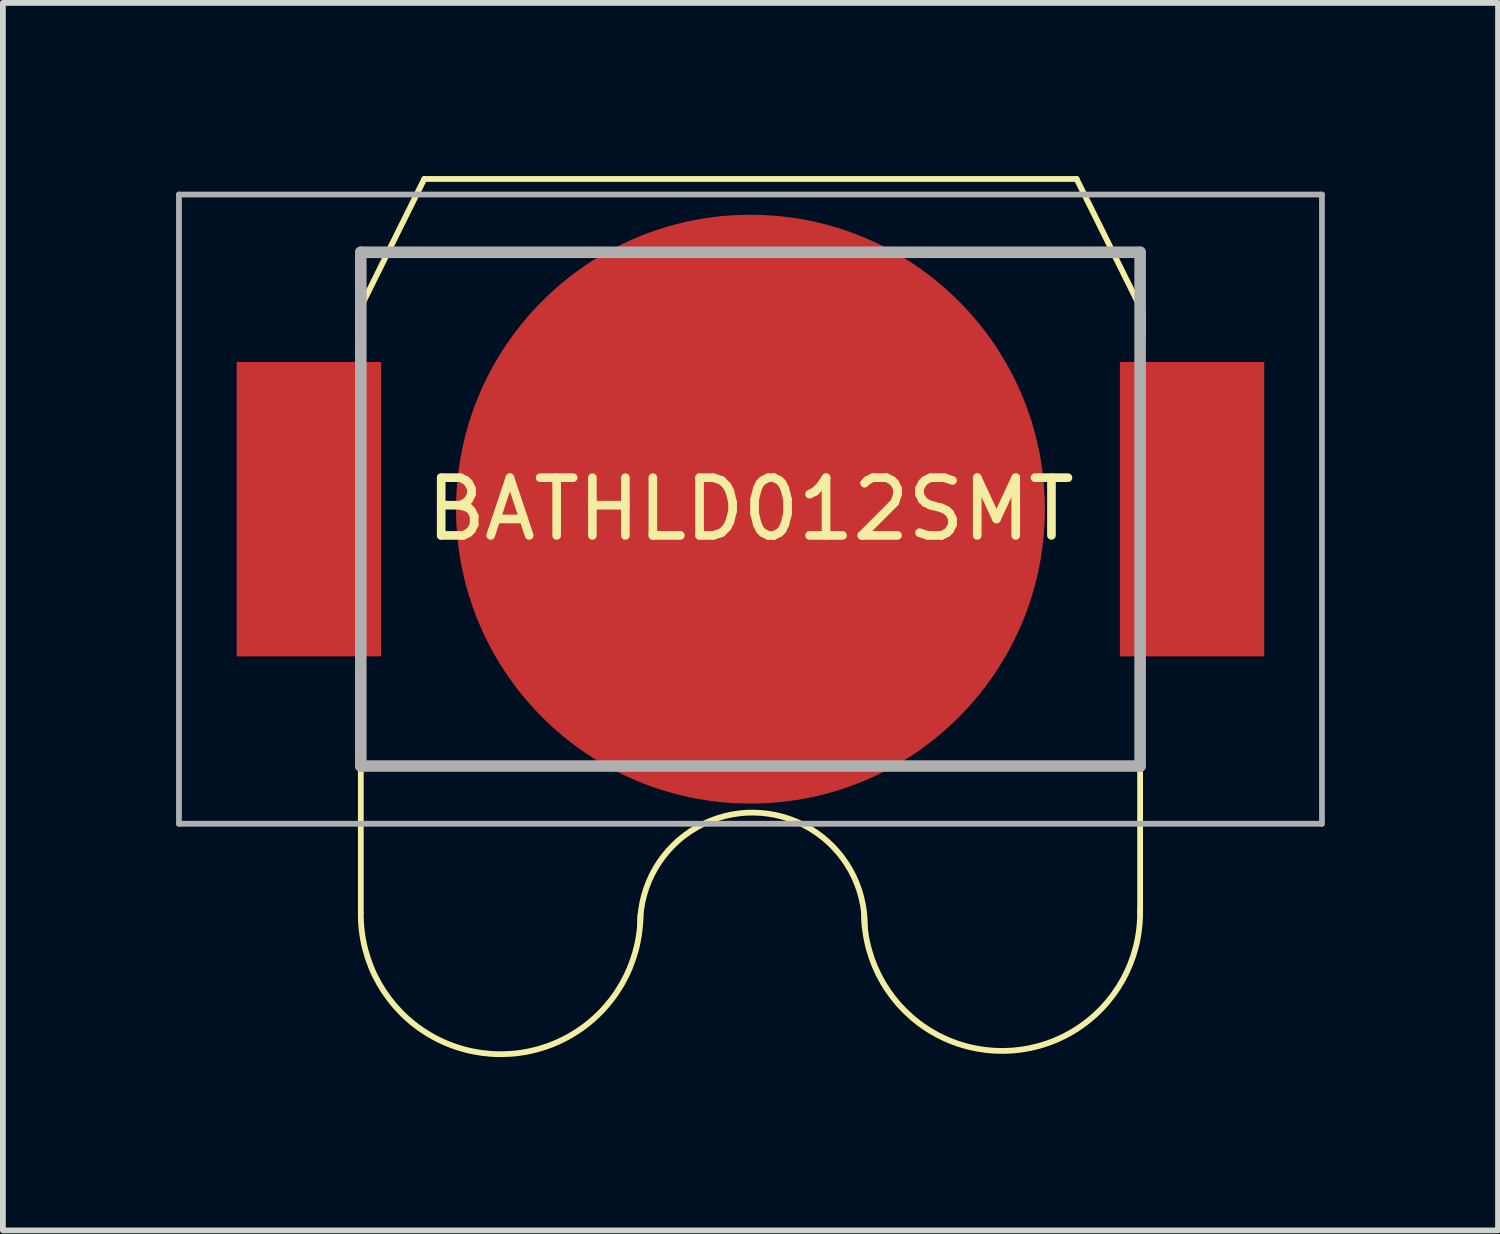
<source format=kicad_pcb>
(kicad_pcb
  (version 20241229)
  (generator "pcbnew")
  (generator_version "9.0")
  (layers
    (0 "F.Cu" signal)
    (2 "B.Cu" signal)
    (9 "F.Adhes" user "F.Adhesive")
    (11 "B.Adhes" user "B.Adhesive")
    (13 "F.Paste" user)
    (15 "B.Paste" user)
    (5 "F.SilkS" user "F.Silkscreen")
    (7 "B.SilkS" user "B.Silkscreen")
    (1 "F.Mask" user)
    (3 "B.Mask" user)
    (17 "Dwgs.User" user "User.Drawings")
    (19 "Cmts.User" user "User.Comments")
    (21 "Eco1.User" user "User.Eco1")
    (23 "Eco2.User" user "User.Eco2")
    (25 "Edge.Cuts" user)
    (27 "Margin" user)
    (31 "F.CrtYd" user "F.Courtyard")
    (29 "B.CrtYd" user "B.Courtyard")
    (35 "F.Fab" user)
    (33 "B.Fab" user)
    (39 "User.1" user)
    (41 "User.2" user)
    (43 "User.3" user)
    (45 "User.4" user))
  (footprint "BATHLD012SMT"
    (layer "F.Cu")
    (at 9.95 5.77)
    (property "Reference" "BATHLD012SMT" (at 0 0 0) (layer "F.SilkS") (effects (font (size 1 1) (thickness 0.15))))
    (attr smd)
    (fp_line (start -6.8 -3.4) (end -5.65 -5.72) (stroke (width 0.1) (type solid)) (layer "F.SilkS"))
    (fp_line (start -6.8 -3) (end -6.8 -3.4) (stroke (width 0.1) (type solid)) (layer "F.SilkS"))
    (fp_line (start -6.75 3) (end -6.75 6.99) (stroke (width 0.1) (type solid)) (layer "F.SilkS"))
    (fp_line (start -5.65 -5.72) (end 5.65 -5.72) (stroke (width 0.1) (type solid)) (layer "F.SilkS"))
    (fp_line (start 5.65 -5.72) (end 6.8 -3.4) (stroke (width 0.1) (type solid)) (layer "F.SilkS"))
    (fp_line (start 6.75 6.99) (end 6.75 3) (stroke (width 0.1) (type solid)) (layer "F.SilkS"))
    (fp_line (start 6.8 -3.4) (end 6.8 -3) (stroke (width 0.1) (type solid)) (layer "F.SilkS"))
    (fp_arc (start -1.911339 7.202499) (mid 0.053639 5.261859) (end 1.97934 7.24148) (stroke (width 0.1) (type solid)) (layer "F.SilkS"))
    (fp_arc (start -1.90509 7.01788) (mid -4.342086 9.443862) (end -6.74954 6.98856) (stroke (width 0.1) (type solid)) (layer "F.SilkS"))
    (fp_arc (start 6.74919 6.951331) (mid 4.383225 9.384568) (end 1.96798 7.00024) (stroke (width 0.1) (type solid)) (layer "F.SilkS"))
    (fp_line (start -9.9 -5.45) (end 9.9 -5.45) (stroke (width 0.1) (type solid)) (layer "F.Fab"))
    (fp_line (start -9.9 5.45) (end -9.9 -5.45) (stroke (width 0.1) (type solid)) (layer "F.Fab"))
    (fp_line (start -6.75 -4.45) (end 6.75 -4.45) (stroke (width 0.2) (type solid)) (layer "F.Fab"))
    (fp_line (start -6.75 4.45) (end -6.75 -4.45) (stroke (width 0.2) (type solid)) (layer "F.Fab"))
    (fp_line (start 6.75 -4.45) (end 6.75 4.45) (stroke (width 0.2) (type solid)) (layer "F.Fab"))
    (fp_line (start 6.75 4.45) (end -6.75 4.45) (stroke (width 0.2) (type solid)) (layer "F.Fab"))
    (fp_line (start 9.9 -5.45) (end 9.9 5.45) (stroke (width 0.1) (type solid)) (layer "F.Fab"))
    (fp_line (start 9.9 5.45) (end -9.9 5.45) (stroke (width 0.1) (type solid)) (layer "F.Fab"))
    (pad "1" smd rect (at -7.65 0 90) (size 5.1 2.5) (layers "F.Cu" "F.Mask" "F.Paste"))
    (pad "2" smd rect (at 7.65 0 90) (size 5.1 2.5) (layers "F.Cu" "F.Mask" "F.Paste"))
    (pad "3" smd circle (at 0 0) (size 10.2 10.2) (layers "F.Cu" "F.Mask")))
  (gr_rect
    (start -3 -3)
    (end 22.9 18.264)
    (stroke (width 0.1) (type default))
    (fill no)
    (layer "Edge.Cuts")))
</source>
